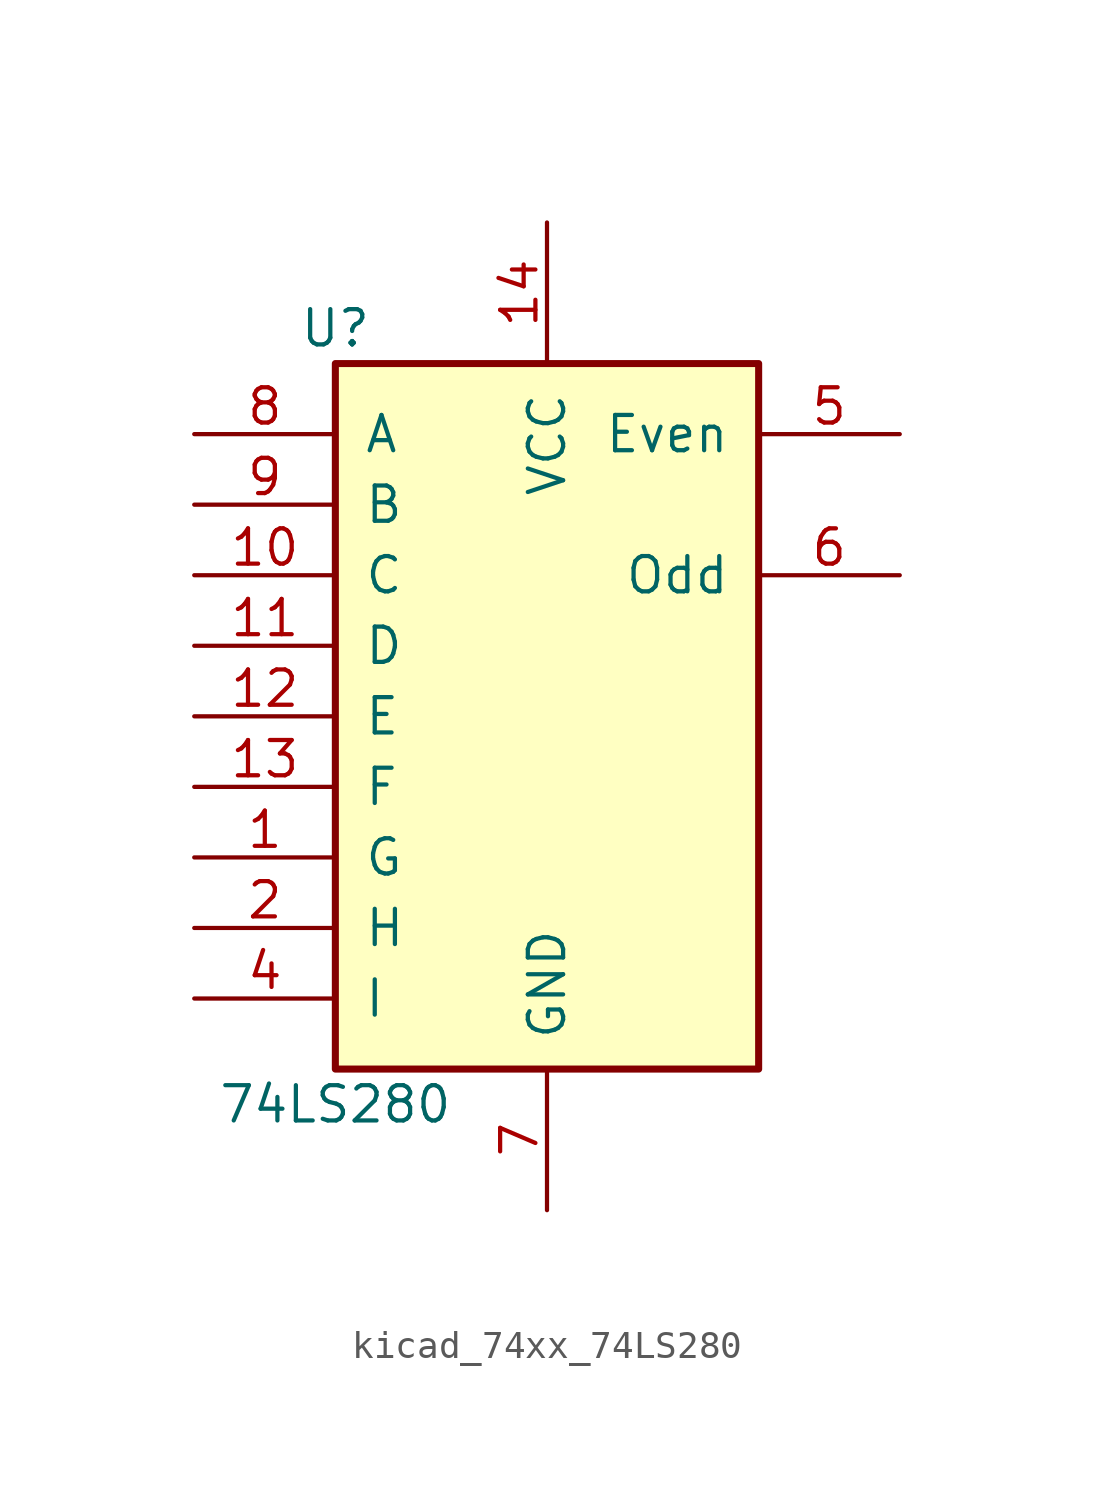
<source format=kicad_sym>
(kicad_symbol_lib
  (version 20220914)
  (generator kicad_symbol_editor)
  (symbol "kicad_74xx_74LS280"
    (pin_names
      (offset 1.016))
    (property "Reference" "U"
      (at -7.62 13.97 0)
      (effects (font (size 1.27 1.27))))
    (property "Value" "74LS280"
      (at -7.62 -13.97 0)
      (effects (font (size 1.27 1.27))))
    (property "ki_locked" ""
      (at 0 0 0)
      (effects (font (size 1.27 1.27))))
    (symbol "kicad_74xx_74LS280_1_0"
      (pin input line (at -12.7 -5.08 0) (length 5.08) (name "G" (effects (font (size 1.27 1.27)))) (number "1" (effects (font (size 1.27 1.27)))))
      (pin input line (at -12.7 5.08 0) (length 5.08) (name "C" (effects (font (size 1.27 1.27)))) (number "10" (effects (font (size 1.27 1.27)))))
      (pin input line (at -12.7 2.54 0) (length 5.08) (name "D" (effects (font (size 1.27 1.27)))) (number "11" (effects (font (size 1.27 1.27)))))
      (pin input line (at -12.7 0 0) (length 5.08) (name "E" (effects (font (size 1.27 1.27)))) (number "12" (effects (font (size 1.27 1.27)))))
      (pin input line (at -12.7 -2.54 0) (length 5.08) (name "F" (effects (font (size 1.27 1.27)))) (number "13" (effects (font (size 1.27 1.27)))))
      (pin power_in line (at 0 17.78 270) (length 5.08) (name "VCC" (effects (font (size 1.27 1.27)))) (number "14" (effects (font (size 1.27 1.27)))))
      (pin input line (at -12.7 -7.62 0) (length 5.08) (name "H" (effects (font (size 1.27 1.27)))) (number "2" (effects (font (size 1.27 1.27)))))
      (pin input line (at -12.7 -10.16 0) (length 5.08) (name "I" (effects (font (size 1.27 1.27)))) (number "4" (effects (font (size 1.27 1.27)))))
      (pin output line (at 12.7 10.16 180) (length 5.08) (name "Even" (effects (font (size 1.27 1.27)))) (number "5" (effects (font (size 1.27 1.27)))))
      (pin output line (at 12.7 5.08 180) (length 5.08) (name "Odd" (effects (font (size 1.27 1.27)))) (number "6" (effects (font (size 1.27 1.27)))))
      (pin power_in line (at 0 -17.78 90) (length 5.08) (name "GND" (effects (font (size 1.27 1.27)))) (number "7" (effects (font (size 1.27 1.27)))))
      (pin input line (at -12.7 10.16 0) (length 5.08) (name "A" (effects (font (size 1.27 1.27)))) (number "8" (effects (font (size 1.27 1.27)))))
      (pin input line (at -12.7 7.62 0) (length 5.08) (name "B" (effects (font (size 1.27 1.27)))) (number "9" (effects (font (size 1.27 1.27))))))
    (symbol "kicad_74xx_74LS280_1_1"
      (rectangle (start -7.62 12.7) (end 7.62 -12.7) (stroke (width 0.254) (type default)) (fill (type background)))
      (pin no_connect line (at 7.62 0 180) (length 2.54) hide (name "NC" (effects (font (size 1.27 1.27)))) (number "3" (effects (font (size 1.27 1.27))))))))
</source>
